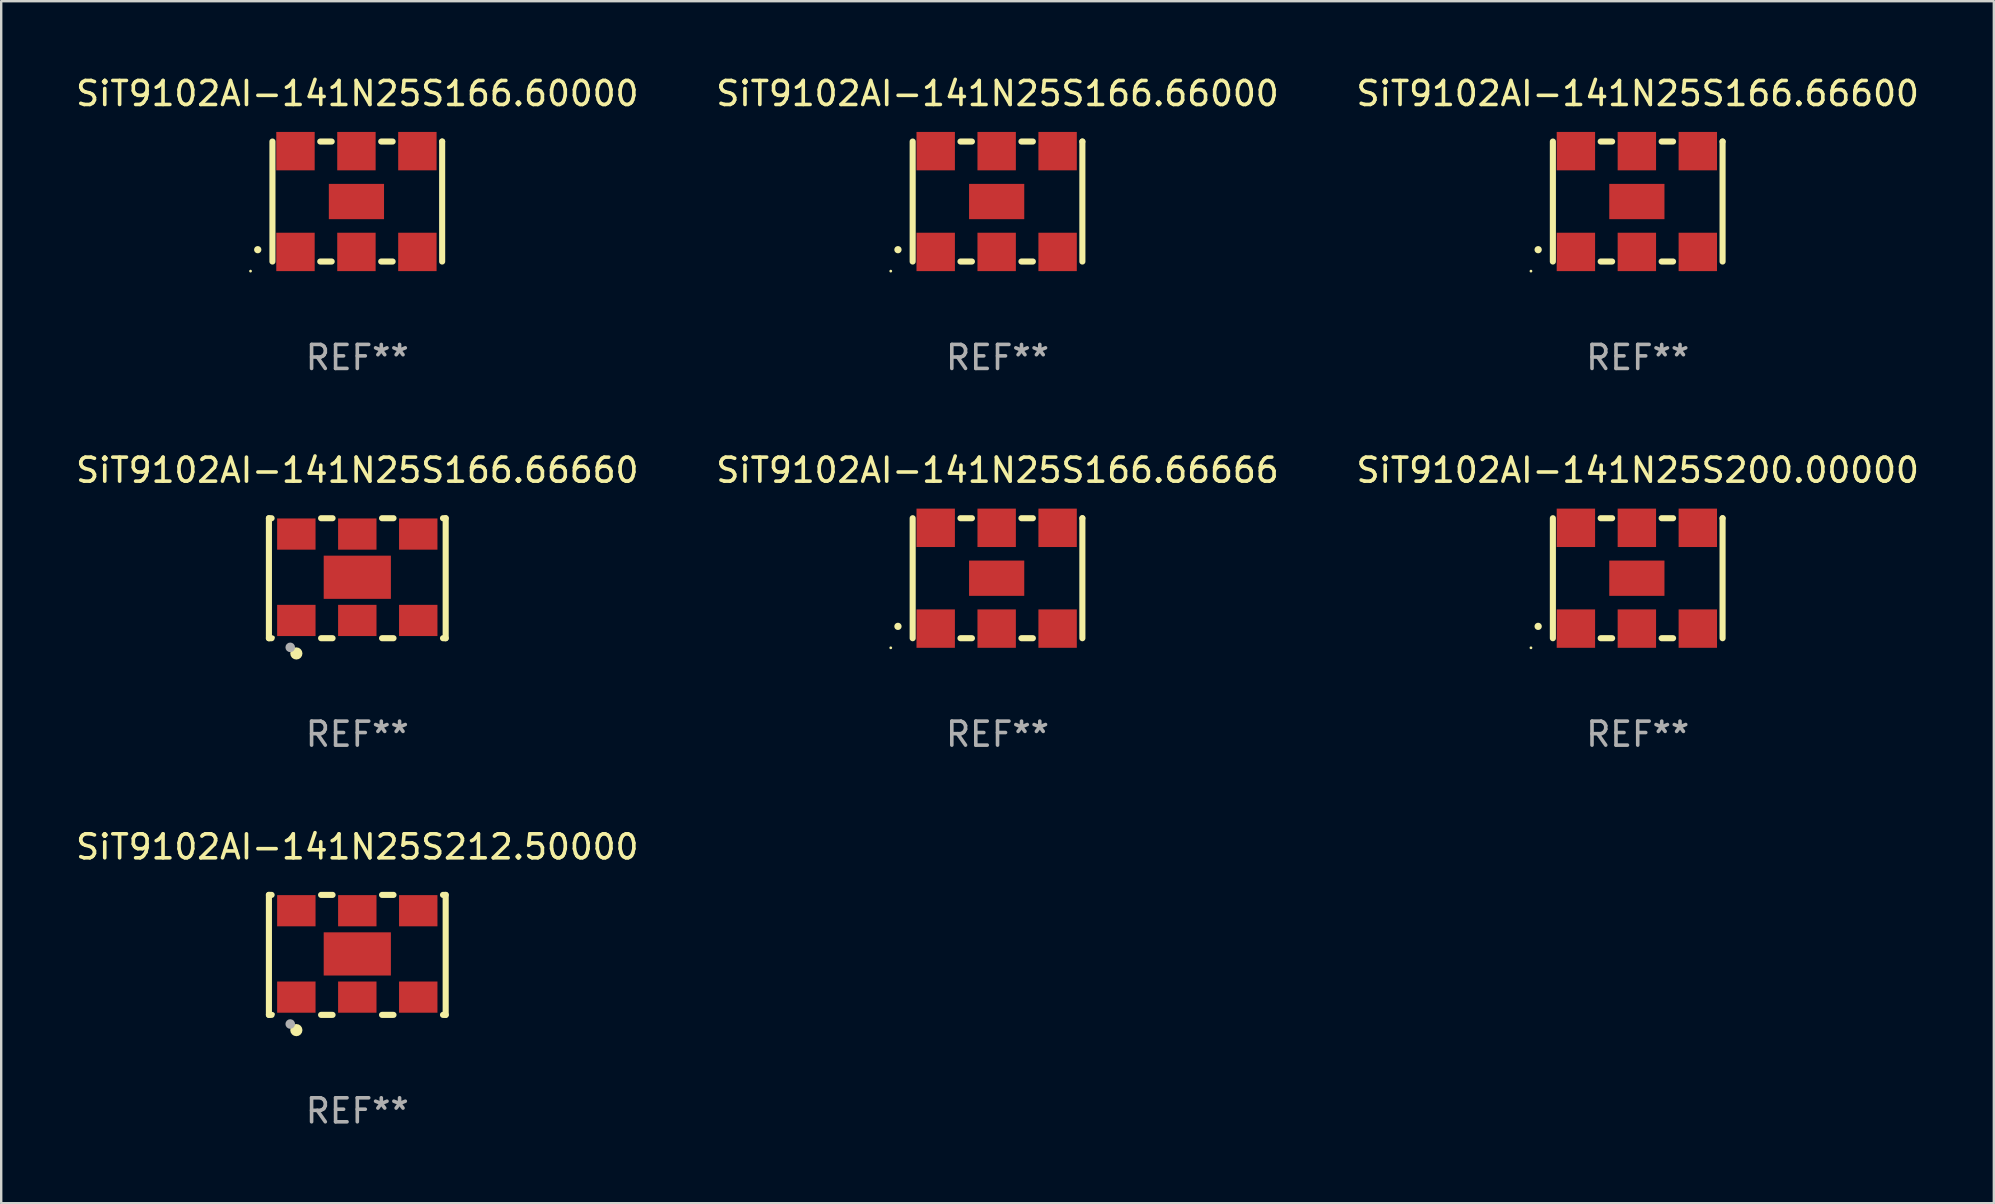
<source format=kicad_pcb>
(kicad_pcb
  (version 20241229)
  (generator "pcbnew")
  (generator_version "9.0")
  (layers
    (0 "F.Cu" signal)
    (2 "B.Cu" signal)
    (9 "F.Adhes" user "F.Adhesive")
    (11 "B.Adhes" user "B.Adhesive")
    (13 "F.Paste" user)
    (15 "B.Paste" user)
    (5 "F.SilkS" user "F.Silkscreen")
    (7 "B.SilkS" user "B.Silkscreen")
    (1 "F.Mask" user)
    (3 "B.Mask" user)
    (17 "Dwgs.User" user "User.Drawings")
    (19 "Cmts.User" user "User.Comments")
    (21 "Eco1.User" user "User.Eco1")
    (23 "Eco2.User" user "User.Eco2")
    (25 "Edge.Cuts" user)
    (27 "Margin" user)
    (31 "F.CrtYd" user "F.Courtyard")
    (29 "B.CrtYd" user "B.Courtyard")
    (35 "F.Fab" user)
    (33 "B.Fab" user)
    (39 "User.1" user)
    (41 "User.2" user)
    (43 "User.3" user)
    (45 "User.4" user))
  (footprint "SiT9102AI-141N25S166.66600"
    (layer "F.Cu")
    (at 65.196 5.348)
    (property "Reference" "SiT9102AI-141N25S166.66600" (at 0 -4.5 0) (layer "F.SilkS") (effects (font (size 1 1) (thickness 0.15))))
    (attr through_hole)
    (fp_line (start -3.536 -2.5) (end -3.536 2.5) (stroke (width 0.254) (type solid)) (layer "F.SilkS"))
    (fp_line (start -1.544 2.5) (end -1.067 2.5) (stroke (width 0.254) (type solid)) (layer "F.SilkS"))
    (fp_line (start -1.067 -2.5) (end -1.544 -2.5) (stroke (width 0.254) (type solid)) (layer "F.SilkS"))
    (fp_line (start 0.996 2.5) (end 1.473 2.5) (stroke (width 0.254) (type solid)) (layer "F.SilkS"))
    (fp_line (start 1.473 -2.5) (end 0.996 -2.5) (stroke (width 0.254) (type solid)) (layer "F.SilkS"))
    (fp_line (start 3.536 -2.5) (end 3.536 -2.5) (stroke (width 0.254) (type solid)) (layer "F.SilkS"))
    (fp_line (start 3.536 2.5) (end 3.536 -2.5) (stroke (width 0.254) (type solid)) (layer "F.SilkS"))
    (fp_arc (start -4.150432 2.006604) (mid -4.149162 2.006599) (end -4.147892 2.006604) (stroke (width 0.3) (type solid)) (layer "F.SilkS"))
    (fp_circle (center -4.449 2.9) (end -4.419 2.9) (stroke (width 0.06) (type solid)) (fill no) (layer "F.SilkS"))
    (fp_text user "REF**" (at 0 6.5 0) (layer "F.Fab") (effects (font (size 1 1) (thickness 0.15))))
    (pad "1" smd rect (at -2.576 2.1) (size 1.6 1.6) (layers "F.Cu" "F.Mask" "F.Paste"))
    (pad "2" smd rect (at -0.036 2.1) (size 1.6 1.6) (layers "F.Cu" "F.Mask" "F.Paste"))
    (pad "3" smd rect (at 2.504 2.1) (size 1.6 1.6) (layers "F.Cu" "F.Mask" "F.Paste"))
    (pad "4" smd rect (at 2.504 -2.1) (size 1.6 1.6) (layers "F.Cu" "F.Mask" "F.Paste"))
    (pad "5" smd rect (at -0.036 -2.1) (size 1.6 1.6) (layers "F.Cu" "F.Mask" "F.Paste"))
    (pad "6" smd rect (at -2.576 -2.1) (size 1.6 1.6) (layers "F.Cu" "F.Mask" "F.Paste"))
    (pad "7" smd rect (at -0.036 0) (size 2.3 1.47) (layers "F.Cu" "F.Mask" "F.Paste")))
  (footprint "SiT9102AI-141N25S166.66666"
    (layer "F.Cu")
    (at 38.518 21.045)
    (property "Reference" "SiT9102AI-141N25S166.66666" (at 0 -4.5 0) (layer "F.SilkS") (effects (font (size 1 1) (thickness 0.15))))
    (attr through_hole)
    (fp_line (start -3.536 -2.5) (end -3.536 2.5) (stroke (width 0.254) (type solid)) (layer "F.SilkS"))
    (fp_line (start -1.544 2.5) (end -1.067 2.5) (stroke (width 0.254) (type solid)) (layer "F.SilkS"))
    (fp_line (start -1.067 -2.5) (end -1.544 -2.5) (stroke (width 0.254) (type solid)) (layer "F.SilkS"))
    (fp_line (start 0.996 2.5) (end 1.473 2.5) (stroke (width 0.254) (type solid)) (layer "F.SilkS"))
    (fp_line (start 1.473 -2.5) (end 0.996 -2.5) (stroke (width 0.254) (type solid)) (layer "F.SilkS"))
    (fp_line (start 3.536 -2.5) (end 3.536 -2.5) (stroke (width 0.254) (type solid)) (layer "F.SilkS"))
    (fp_line (start 3.536 2.5) (end 3.536 -2.5) (stroke (width 0.254) (type solid)) (layer "F.SilkS"))
    (fp_arc (start -4.150432 2.006604) (mid -4.149162 2.006599) (end -4.147892 2.006604) (stroke (width 0.3) (type solid)) (layer "F.SilkS"))
    (fp_circle (center -4.449 2.9) (end -4.419 2.9) (stroke (width 0.06) (type solid)) (fill no) (layer "F.SilkS"))
    (fp_text user "REF**" (at 0 6.5 0) (layer "F.Fab") (effects (font (size 1 1) (thickness 0.15))))
    (pad "1" smd rect (at -2.576 2.1) (size 1.6 1.6) (layers "F.Cu" "F.Mask" "F.Paste"))
    (pad "2" smd rect (at -0.036 2.1) (size 1.6 1.6) (layers "F.Cu" "F.Mask" "F.Paste"))
    (pad "3" smd rect (at 2.504 2.1) (size 1.6 1.6) (layers "F.Cu" "F.Mask" "F.Paste"))
    (pad "4" smd rect (at 2.504 -2.1) (size 1.6 1.6) (layers "F.Cu" "F.Mask" "F.Paste"))
    (pad "5" smd rect (at -0.036 -2.1) (size 1.6 1.6) (layers "F.Cu" "F.Mask" "F.Paste"))
    (pad "6" smd rect (at -2.576 -2.1) (size 1.6 1.6) (layers "F.Cu" "F.Mask" "F.Paste"))
    (pad "7" smd rect (at -0.036 0) (size 2.3 1.47) (layers "F.Cu" "F.Mask" "F.Paste")))
  (footprint "SiT9102AI-141N25S212.50000"
    (layer "F.Cu")
    (at 11.839 36.741)
    (property "Reference" "SiT9102AI-141N25S212.50000" (at 0 -4.5 0) (layer "F.SilkS") (effects (font (size 1 1) (thickness 0.15))))
    (attr through_hole)
    (fp_line (start -3.683 -2.5) (end -3.571 -2.5) (stroke (width 0.254) (type solid)) (layer "F.SilkS"))
    (fp_line (start -3.683 2.5) (end -3.683 -2.5) (stroke (width 0.254) (type solid)) (layer "F.SilkS"))
    (fp_line (start -3.683 2.5) (end -3.571 2.5) (stroke (width 0.254) (type solid)) (layer "F.SilkS"))
    (fp_line (start -1.509 -2.5) (end -1.031 -2.5) (stroke (width 0.254) (type solid)) (layer "F.SilkS"))
    (fp_line (start -1.509 2.5) (end -1.031 2.5) (stroke (width 0.254) (type solid)) (layer "F.SilkS"))
    (fp_line (start 1.031 -2.5) (end 1.509 -2.5) (stroke (width 0.254) (type solid)) (layer "F.SilkS"))
    (fp_line (start 1.031 2.5) (end 1.509 2.5) (stroke (width 0.254) (type solid)) (layer "F.SilkS"))
    (fp_line (start 3.571 -2.5) (end 3.683 -2.5) (stroke (width 0.254) (type solid)) (layer "F.SilkS"))
    (fp_line (start 3.571 2.5) (end 3.683 2.5) (stroke (width 0.254) (type solid)) (layer "F.SilkS"))
    (fp_line (start 3.683 2.5) (end 3.683 -2.5) (stroke (width 0.254) (type solid)) (layer "F.SilkS"))
    (fp_circle (center -3.5 2.46) (end -3.47 2.46) (stroke (width 0.06) (type solid)) (fill no) (layer "F.SilkS"))
    (fp_circle (center -2.54 3.135) (end -2.413 3.135) (stroke (width 0.254) (type solid)) (fill no) (layer "F.SilkS"))
    (fp_circle (center -2.794 2.881) (end -2.694 2.881) (stroke (width 0.2) (type solid)) (fill no) (layer "F.Fab"))
    (fp_text user "REF**" (at 0 6.5 0) (layer "F.Fab") (effects (font (size 1 1) (thickness 0.15))))
    (pad "1" smd rect (at -2.54 1.76) (size 1.6 1.3) (layers "F.Cu" "F.Mask" "F.Paste"))
    (pad "2" smd rect (at 0 1.76) (size 1.6 1.3) (layers "F.Cu" "F.Mask" "F.Paste"))
    (pad "3" smd rect (at 2.54 1.76) (size 1.6 1.3) (layers "F.Cu" "F.Mask" "F.Paste"))
    (pad "4" smd rect (at 2.54 -1.84) (size 1.6 1.3) (layers "F.Cu" "F.Mask" "F.Paste"))
    (pad "5" smd rect (at 0 -1.84) (size 1.6 1.3) (layers "F.Cu" "F.Mask" "F.Paste"))
    (pad "6" smd rect (at -2.54 -1.84) (size 1.6 1.3) (layers "F.Cu" "F.Mask" "F.Paste"))
    (pad "7" smd rect (at 0 -0.04) (size 2.8 1.8) (layers "F.Cu" "F.Mask" "F.Paste")))
  (footprint "SiT9102AI-141N25S166.60000"
    (layer "F.Cu")
    (at 11.839 5.348)
    (property "Reference" "SiT9102AI-141N25S166.60000" (at 0 -4.5 0) (layer "F.SilkS") (effects (font (size 1 1) (thickness 0.15))))
    (attr through_hole)
    (fp_line (start -3.536 -2.5) (end -3.536 2.5) (stroke (width 0.254) (type solid)) (layer "F.SilkS"))
    (fp_line (start -1.544 2.5) (end -1.067 2.5) (stroke (width 0.254) (type solid)) (layer "F.SilkS"))
    (fp_line (start -1.067 -2.5) (end -1.544 -2.5) (stroke (width 0.254) (type solid)) (layer "F.SilkS"))
    (fp_line (start 0.996 2.5) (end 1.473 2.5) (stroke (width 0.254) (type solid)) (layer "F.SilkS"))
    (fp_line (start 1.473 -2.5) (end 0.996 -2.5) (stroke (width 0.254) (type solid)) (layer "F.SilkS"))
    (fp_line (start 3.536 -2.5) (end 3.536 -2.5) (stroke (width 0.254) (type solid)) (layer "F.SilkS"))
    (fp_line (start 3.536 2.5) (end 3.536 -2.5) (stroke (width 0.254) (type solid)) (layer "F.SilkS"))
    (fp_arc (start -4.150432 2.006604) (mid -4.149162 2.006599) (end -4.147892 2.006604) (stroke (width 0.3) (type solid)) (layer "F.SilkS"))
    (fp_circle (center -4.449 2.9) (end -4.419 2.9) (stroke (width 0.06) (type solid)) (fill no) (layer "F.SilkS"))
    (fp_text user "REF**" (at 0 6.5 0) (layer "F.Fab") (effects (font (size 1 1) (thickness 0.15))))
    (pad "1" smd rect (at -2.576 2.1) (size 1.6 1.6) (layers "F.Cu" "F.Mask" "F.Paste"))
    (pad "2" smd rect (at -0.036 2.1) (size 1.6 1.6) (layers "F.Cu" "F.Mask" "F.Paste"))
    (pad "3" smd rect (at 2.504 2.1) (size 1.6 1.6) (layers "F.Cu" "F.Mask" "F.Paste"))
    (pad "4" smd rect (at 2.504 -2.1) (size 1.6 1.6) (layers "F.Cu" "F.Mask" "F.Paste"))
    (pad "5" smd rect (at -0.036 -2.1) (size 1.6 1.6) (layers "F.Cu" "F.Mask" "F.Paste"))
    (pad "6" smd rect (at -2.576 -2.1) (size 1.6 1.6) (layers "F.Cu" "F.Mask" "F.Paste"))
    (pad "7" smd rect (at -0.036 0) (size 2.3 1.47) (layers "F.Cu" "F.Mask" "F.Paste")))
  (footprint "SiT9102AI-141N25S166.66660"
    (layer "F.Cu")
    (at 11.839 21.045)
    (property "Reference" "SiT9102AI-141N25S166.66660" (at 0 -4.5 0) (layer "F.SilkS") (effects (font (size 1 1) (thickness 0.15))))
    (attr through_hole)
    (fp_line (start -3.683 -2.5) (end -3.571 -2.5) (stroke (width 0.254) (type solid)) (layer "F.SilkS"))
    (fp_line (start -3.683 2.5) (end -3.683 -2.5) (stroke (width 0.254) (type solid)) (layer "F.SilkS"))
    (fp_line (start -3.683 2.5) (end -3.571 2.5) (stroke (width 0.254) (type solid)) (layer "F.SilkS"))
    (fp_line (start -1.509 -2.5) (end -1.031 -2.5) (stroke (width 0.254) (type solid)) (layer "F.SilkS"))
    (fp_line (start -1.509 2.5) (end -1.031 2.5) (stroke (width 0.254) (type solid)) (layer "F.SilkS"))
    (fp_line (start 1.031 -2.5) (end 1.509 -2.5) (stroke (width 0.254) (type solid)) (layer "F.SilkS"))
    (fp_line (start 1.031 2.5) (end 1.509 2.5) (stroke (width 0.254) (type solid)) (layer "F.SilkS"))
    (fp_line (start 3.571 -2.5) (end 3.683 -2.5) (stroke (width 0.254) (type solid)) (layer "F.SilkS"))
    (fp_line (start 3.571 2.5) (end 3.683 2.5) (stroke (width 0.254) (type solid)) (layer "F.SilkS"))
    (fp_line (start 3.683 2.5) (end 3.683 -2.5) (stroke (width 0.254) (type solid)) (layer "F.SilkS"))
    (fp_circle (center -3.5 2.46) (end -3.47 2.46) (stroke (width 0.06) (type solid)) (fill no) (layer "F.SilkS"))
    (fp_circle (center -2.54 3.135) (end -2.413 3.135) (stroke (width 0.254) (type solid)) (fill no) (layer "F.SilkS"))
    (fp_circle (center -2.794 2.881) (end -2.694 2.881) (stroke (width 0.2) (type solid)) (fill no) (layer "F.Fab"))
    (fp_text user "REF**" (at 0 6.5 0) (layer "F.Fab") (effects (font (size 1 1) (thickness 0.15))))
    (pad "1" smd rect (at -2.54 1.76) (size 1.6 1.3) (layers "F.Cu" "F.Mask" "F.Paste"))
    (pad "2" smd rect (at 0 1.76) (size 1.6 1.3) (layers "F.Cu" "F.Mask" "F.Paste"))
    (pad "3" smd rect (at 2.54 1.76) (size 1.6 1.3) (layers "F.Cu" "F.Mask" "F.Paste"))
    (pad "4" smd rect (at 2.54 -1.84) (size 1.6 1.3) (layers "F.Cu" "F.Mask" "F.Paste"))
    (pad "5" smd rect (at 0 -1.84) (size 1.6 1.3) (layers "F.Cu" "F.Mask" "F.Paste"))
    (pad "6" smd rect (at -2.54 -1.84) (size 1.6 1.3) (layers "F.Cu" "F.Mask" "F.Paste"))
    (pad "7" smd rect (at 0 -0.04) (size 2.8 1.8) (layers "F.Cu" "F.Mask" "F.Paste")))
  (footprint "SiT9102AI-141N25S166.66000"
    (layer "F.Cu")
    (at 38.518 5.348)
    (property "Reference" "SiT9102AI-141N25S166.66000" (at 0 -4.5 0) (layer "F.SilkS") (effects (font (size 1 1) (thickness 0.15))))
    (attr through_hole)
    (fp_line (start -3.536 -2.5) (end -3.536 2.5) (stroke (width 0.254) (type solid)) (layer "F.SilkS"))
    (fp_line (start -1.544 2.5) (end -1.067 2.5) (stroke (width 0.254) (type solid)) (layer "F.SilkS"))
    (fp_line (start -1.067 -2.5) (end -1.544 -2.5) (stroke (width 0.254) (type solid)) (layer "F.SilkS"))
    (fp_line (start 0.996 2.5) (end 1.473 2.5) (stroke (width 0.254) (type solid)) (layer "F.SilkS"))
    (fp_line (start 1.473 -2.5) (end 0.996 -2.5) (stroke (width 0.254) (type solid)) (layer "F.SilkS"))
    (fp_line (start 3.536 -2.5) (end 3.536 -2.5) (stroke (width 0.254) (type solid)) (layer "F.SilkS"))
    (fp_line (start 3.536 2.5) (end 3.536 -2.5) (stroke (width 0.254) (type solid)) (layer "F.SilkS"))
    (fp_arc (start -4.150432 2.006604) (mid -4.149162 2.006599) (end -4.147892 2.006604) (stroke (width 0.3) (type solid)) (layer "F.SilkS"))
    (fp_circle (center -4.449 2.9) (end -4.419 2.9) (stroke (width 0.06) (type solid)) (fill no) (layer "F.SilkS"))
    (fp_text user "REF**" (at 0 6.5 0) (layer "F.Fab") (effects (font (size 1 1) (thickness 0.15))))
    (pad "1" smd rect (at -2.576 2.1) (size 1.6 1.6) (layers "F.Cu" "F.Mask" "F.Paste"))
    (pad "2" smd rect (at -0.036 2.1) (size 1.6 1.6) (layers "F.Cu" "F.Mask" "F.Paste"))
    (pad "3" smd rect (at 2.504 2.1) (size 1.6 1.6) (layers "F.Cu" "F.Mask" "F.Paste"))
    (pad "4" smd rect (at 2.504 -2.1) (size 1.6 1.6) (layers "F.Cu" "F.Mask" "F.Paste"))
    (pad "5" smd rect (at -0.036 -2.1) (size 1.6 1.6) (layers "F.Cu" "F.Mask" "F.Paste"))
    (pad "6" smd rect (at -2.576 -2.1) (size 1.6 1.6) (layers "F.Cu" "F.Mask" "F.Paste"))
    (pad "7" smd rect (at -0.036 0) (size 2.3 1.47) (layers "F.Cu" "F.Mask" "F.Paste")))
  (footprint "SiT9102AI-141N25S200.00000"
    (layer "F.Cu")
    (at 65.196 21.045)
    (property "Reference" "SiT9102AI-141N25S200.00000" (at 0 -4.5 0) (layer "F.SilkS") (effects (font (size 1 1) (thickness 0.15))))
    (attr through_hole)
    (fp_line (start -3.536 -2.5) (end -3.536 2.5) (stroke (width 0.254) (type solid)) (layer "F.SilkS"))
    (fp_line (start -1.544 2.5) (end -1.067 2.5) (stroke (width 0.254) (type solid)) (layer "F.SilkS"))
    (fp_line (start -1.067 -2.5) (end -1.544 -2.5) (stroke (width 0.254) (type solid)) (layer "F.SilkS"))
    (fp_line (start 0.996 2.5) (end 1.473 2.5) (stroke (width 0.254) (type solid)) (layer "F.SilkS"))
    (fp_line (start 1.473 -2.5) (end 0.996 -2.5) (stroke (width 0.254) (type solid)) (layer "F.SilkS"))
    (fp_line (start 3.536 -2.5) (end 3.536 -2.5) (stroke (width 0.254) (type solid)) (layer "F.SilkS"))
    (fp_line (start 3.536 2.5) (end 3.536 -2.5) (stroke (width 0.254) (type solid)) (layer "F.SilkS"))
    (fp_arc (start -4.150432 2.006604) (mid -4.149162 2.006599) (end -4.147892 2.006604) (stroke (width 0.3) (type solid)) (layer "F.SilkS"))
    (fp_circle (center -4.449 2.9) (end -4.419 2.9) (stroke (width 0.06) (type solid)) (fill no) (layer "F.SilkS"))
    (fp_text user "REF**" (at 0 6.5 0) (layer "F.Fab") (effects (font (size 1 1) (thickness 0.15))))
    (pad "1" smd rect (at -2.576 2.1) (size 1.6 1.6) (layers "F.Cu" "F.Mask" "F.Paste"))
    (pad "2" smd rect (at -0.036 2.1) (size 1.6 1.6) (layers "F.Cu" "F.Mask" "F.Paste"))
    (pad "3" smd rect (at 2.504 2.1) (size 1.6 1.6) (layers "F.Cu" "F.Mask" "F.Paste"))
    (pad "4" smd rect (at 2.504 -2.1) (size 1.6 1.6) (layers "F.Cu" "F.Mask" "F.Paste"))
    (pad "5" smd rect (at -0.036 -2.1) (size 1.6 1.6) (layers "F.Cu" "F.Mask" "F.Paste"))
    (pad "6" smd rect (at -2.576 -2.1) (size 1.6 1.6) (layers "F.Cu" "F.Mask" "F.Paste"))
    (pad "7" smd rect (at -0.036 0) (size 2.3 1.47) (layers "F.Cu" "F.Mask" "F.Paste")))
  (gr_rect
    (start -3 -3)
    (end 80.036 47.09)
    (stroke (width 0.1) (type default))
    (fill no)
    (layer "Edge.Cuts")))
</source>
